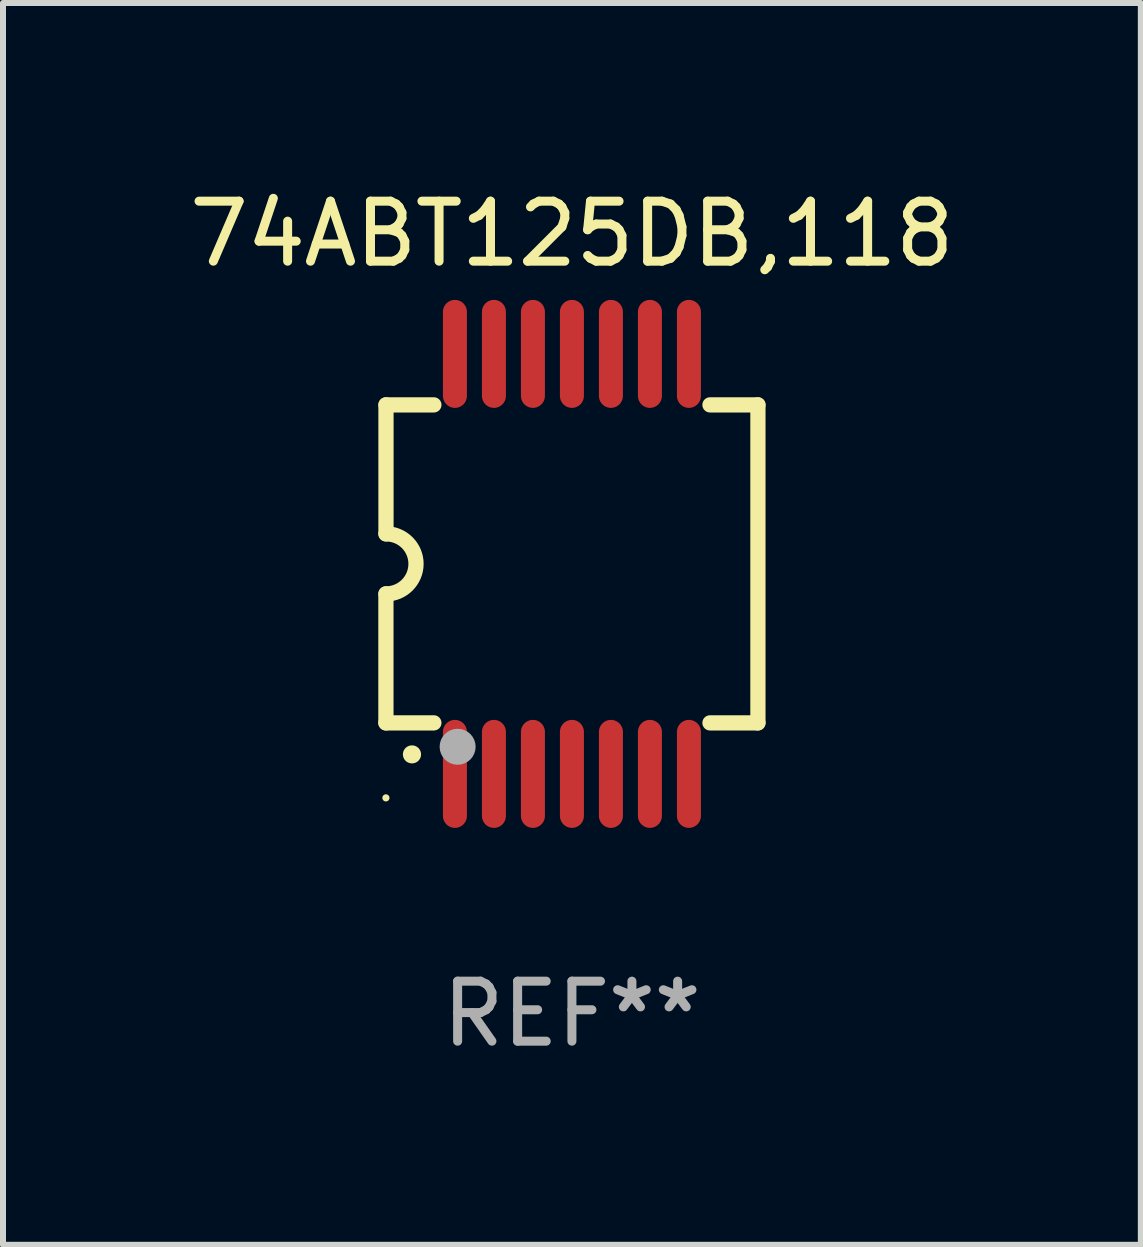
<source format=kicad_pcb>
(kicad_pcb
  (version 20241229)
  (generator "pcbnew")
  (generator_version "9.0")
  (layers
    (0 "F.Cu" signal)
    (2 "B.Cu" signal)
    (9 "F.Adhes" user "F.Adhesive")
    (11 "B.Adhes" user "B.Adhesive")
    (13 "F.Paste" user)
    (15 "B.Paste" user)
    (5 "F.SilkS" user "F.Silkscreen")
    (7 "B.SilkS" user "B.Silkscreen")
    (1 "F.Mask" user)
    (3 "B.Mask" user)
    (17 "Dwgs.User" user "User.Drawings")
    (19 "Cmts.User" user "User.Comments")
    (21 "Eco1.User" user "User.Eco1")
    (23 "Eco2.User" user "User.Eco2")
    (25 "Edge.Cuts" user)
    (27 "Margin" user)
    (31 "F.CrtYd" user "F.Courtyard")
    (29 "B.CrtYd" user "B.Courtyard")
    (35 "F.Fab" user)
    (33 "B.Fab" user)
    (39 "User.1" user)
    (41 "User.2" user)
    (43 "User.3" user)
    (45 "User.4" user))
  (footprint "74ABT125DB,118"
    (layer "F.Cu")
    (at 6.482 6.348)
    (property "Reference" "74ABT125DB,118" (at 0 -5.5 0) (layer "F.SilkS") (effects (font (size 1 1) (thickness 0.15))))
    (attr through_hole)
    (fp_line (start -3.1 2.65) (end -3.1 0.5) (stroke (width 0.254) (type solid)) (layer "F.SilkS"))
    (fp_line (start -3.099 -2.65) (end -2.301 -2.65) (stroke (width 0.254) (type solid)) (layer "F.SilkS"))
    (fp_line (start -3.099 -0.5) (end -3.099 -2.65) (stroke (width 0.254) (type solid)) (layer "F.SilkS"))
    (fp_line (start -2.301 2.65) (end -3.1 2.65) (stroke (width 0.254) (type solid)) (layer "F.SilkS"))
    (fp_line (start 2.301 -2.65) (end 3.1 -2.65) (stroke (width 0.254) (type solid)) (layer "F.SilkS"))
    (fp_line (start 3.1 -2.65) (end 3.1 2.65) (stroke (width 0.254) (type solid)) (layer "F.SilkS"))
    (fp_line (start 3.1 2.65) (end 2.301 2.65) (stroke (width 0.254) (type solid)) (layer "F.SilkS"))
    (fp_arc (start -3.098806 -0.500381) (mid -2.598806 0) (end -3.098806 0.500381) (stroke (width 0.254001) (type solid)) (layer "F.SilkS"))
    (fp_arc (start -2.667005 3.175006) (mid -2.665735 3.175001) (end -2.664465 3.175006) (stroke (width 0.3) (type solid)) (layer "F.SilkS"))
    (fp_circle (center -3.1 3.9) (end -3.07 3.9) (stroke (width 0.06) (type solid)) (fill no) (layer "F.SilkS"))
    (fp_circle (center -1.905 3.048) (end -1.755 3.048) (stroke (width 0.3) (type solid)) (fill no) (layer "F.Fab"))
    (fp_text user "REF**" (at 0 7.5 0) (layer "F.Fab") (effects (font (size 1 1) (thickness 0.15))))
    (pad "1" smd oval (at -1.95 3.5 270) (size 1.8 0.4) (layers "F.Cu" "F.Mask" "F.Paste"))
    (pad "2" smd oval (at -1.3 3.5 270) (size 1.8 0.4) (layers "F.Cu" "F.Mask" "F.Paste"))
    (pad "3" smd oval (at -0.65 3.5 270) (size 1.8 0.4) (layers "F.Cu" "F.Mask" "F.Paste"))
    (pad "4" smd oval (at 0 3.5 270) (size 1.8 0.4) (layers "F.Cu" "F.Mask" "F.Paste"))
    (pad "5" smd oval (at 0.65 3.5 270) (size 1.8 0.4) (layers "F.Cu" "F.Mask" "F.Paste"))
    (pad "6" smd oval (at 1.3 3.5 270) (size 1.8 0.4) (layers "F.Cu" "F.Mask" "F.Paste"))
    (pad "7" smd oval (at 1.95 3.5 270) (size 1.8 0.4) (layers "F.Cu" "F.Mask" "F.Paste"))
    (pad "8" smd oval (at 1.95 -3.5 90) (size 1.8 0.4) (layers "F.Cu" "F.Mask" "F.Paste"))
    (pad "9" smd oval (at 1.3 -3.5 90) (size 1.8 0.4) (layers "F.Cu" "F.Mask" "F.Paste"))
    (pad "10" smd oval (at 0.65 -3.5 90) (size 1.8 0.4) (layers "F.Cu" "F.Mask" "F.Paste"))
    (pad "11" smd oval (at 0 -3.5 90) (size 1.8 0.4) (layers "F.Cu" "F.Mask" "F.Paste"))
    (pad "12" smd oval (at -0.65 -3.5 90) (size 1.8 0.4) (layers "F.Cu" "F.Mask" "F.Paste"))
    (pad "13" smd oval (at -1.3 -3.5 90) (size 1.8 0.4) (layers "F.Cu" "F.Mask" "F.Paste"))
    (pad "14" smd oval (at -1.95 -3.5 90) (size 1.8 0.4) (layers "F.Cu" "F.Mask" "F.Paste")))
  (gr_rect
    (start -3 -3)
    (end 15.964 17.697)
    (stroke (width 0.1) (type default))
    (fill no)
    (layer "Edge.Cuts")))
</source>
